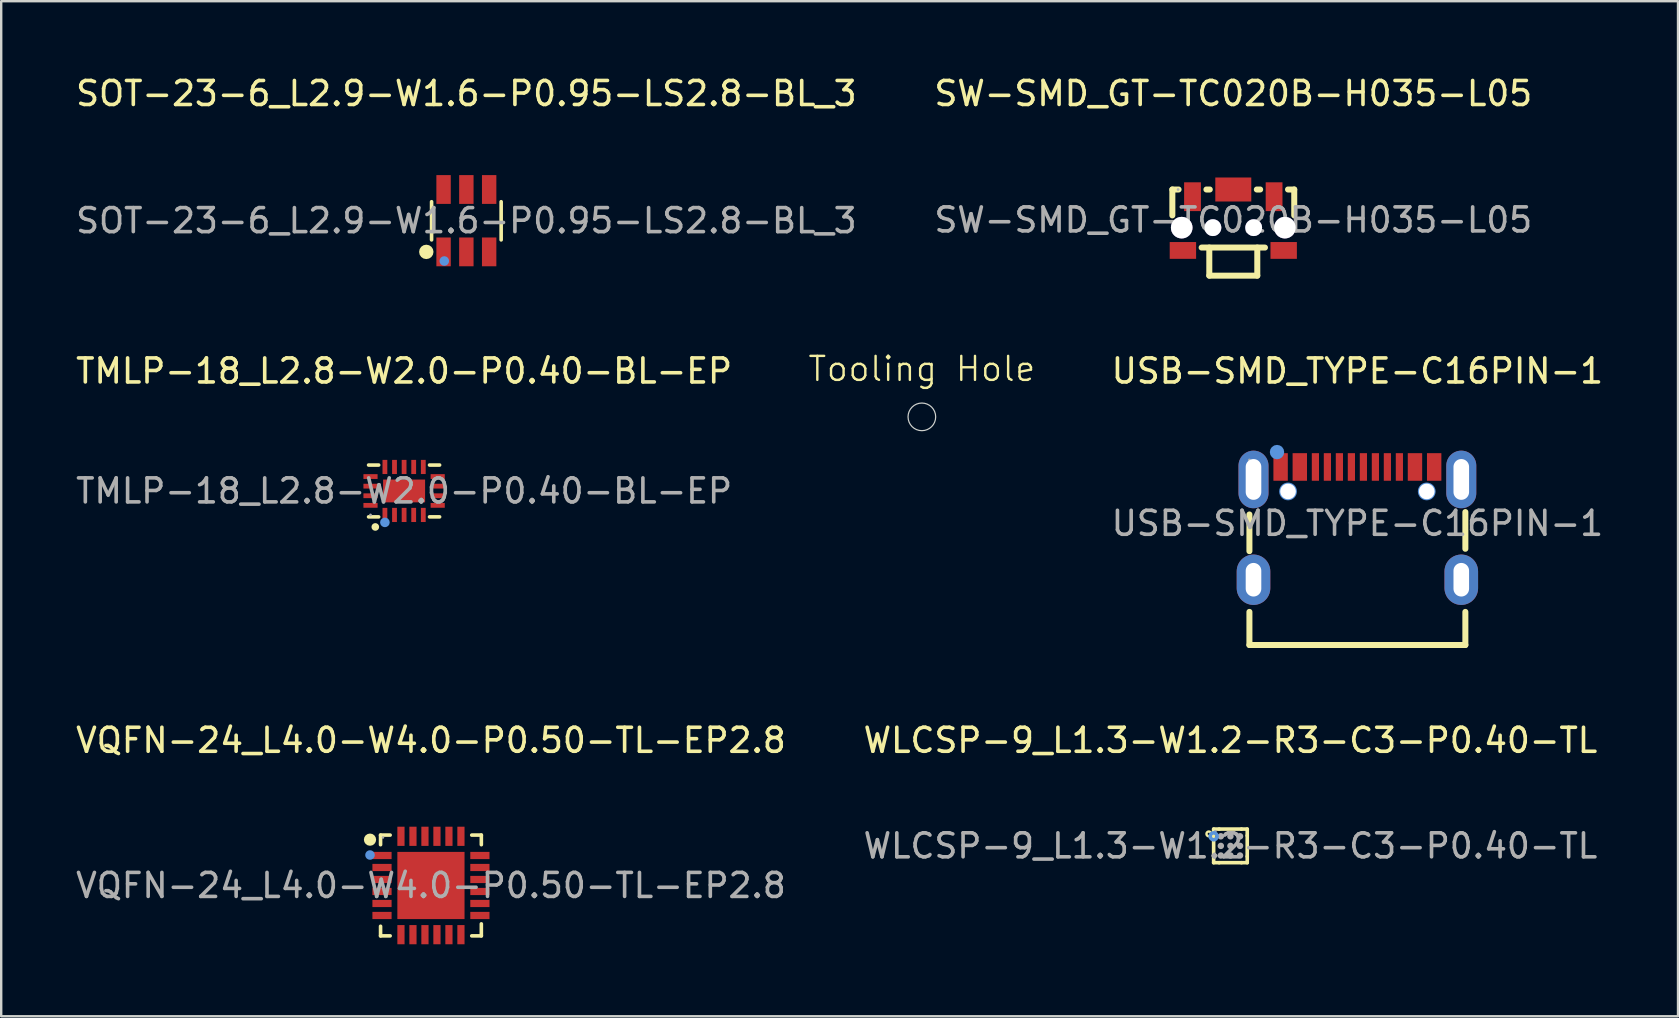
<source format=kicad_pcb>
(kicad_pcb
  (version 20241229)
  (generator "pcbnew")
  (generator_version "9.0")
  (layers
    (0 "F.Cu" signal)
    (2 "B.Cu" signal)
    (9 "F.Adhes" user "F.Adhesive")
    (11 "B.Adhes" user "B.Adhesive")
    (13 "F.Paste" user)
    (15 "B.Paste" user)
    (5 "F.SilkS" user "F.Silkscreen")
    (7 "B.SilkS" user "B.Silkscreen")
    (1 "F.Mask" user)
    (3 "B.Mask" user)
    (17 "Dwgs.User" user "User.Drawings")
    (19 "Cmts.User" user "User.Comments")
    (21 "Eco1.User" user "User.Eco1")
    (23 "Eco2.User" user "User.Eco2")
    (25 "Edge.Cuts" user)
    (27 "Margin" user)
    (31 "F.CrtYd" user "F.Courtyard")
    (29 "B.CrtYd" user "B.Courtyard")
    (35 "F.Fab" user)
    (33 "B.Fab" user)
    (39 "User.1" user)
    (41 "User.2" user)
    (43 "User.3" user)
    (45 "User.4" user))
  (footprint "SW-SMD_GT-TC020B-H035-L05"
    (layer "F.Cu")
    (at 48.351 6.118)
    (property "Reference" "SW-SMD_GT-TC020B-H035-L05" (at 0 -5.27 0) (layer "F.SilkS") (effects (font (size 1 1) (thickness 0.15))))
    (attr smd)
    (fp_line (start -2.54 -1.27) (end -2.54 -0.19) (stroke (width 0.25) (type solid)) (layer "F.SilkS"))
    (fp_line (start -2.28 -1.27) (end -2.54 -1.27) (stroke (width 0.25) (type solid)) (layer "F.SilkS"))
    (fp_line (start -1 2.32) (end -1 1.15) (stroke (width 0.25) (type solid)) (layer "F.SilkS"))
    (fp_line (start -0.98 -1.27) (end -1.12 -1.27) (stroke (width 0.25) (type solid)) (layer "F.SilkS"))
    (fp_line (start 1 2.32) (end -1 2.32) (stroke (width 0.25) (type solid)) (layer "F.SilkS"))
    (fp_line (start 1 2.32) (end 1 1.15) (stroke (width 0.25) (type solid)) (layer "F.SilkS"))
    (fp_line (start 1.12 -1.27) (end 0.98 -1.27) (stroke (width 0.25) (type solid)) (layer "F.SilkS"))
    (fp_line (start 1.32 1.15) (end -1.32 1.15) (stroke (width 0.25) (type solid)) (layer "F.SilkS"))
    (fp_line (start 2.28 -1.27) (end 2.54 -1.27) (stroke (width 0.25) (type solid)) (layer "F.SilkS"))
    (fp_line (start 2.54 -1.27) (end 2.54 -0.19) (stroke (width 0.25) (type solid)) (layer "F.SilkS"))
    (fp_circle (center -0.85 0.32) (end -0.7 0.32) (stroke (width 0.3) (type solid)) (fill no) (layer "Cmts.User"))
    (fp_circle (center 0.85 0.32) (end 1 0.32) (stroke (width 0.3) (type solid)) (fill no) (layer "Cmts.User"))
    (fp_circle (center -2.3 -1.27) (end -2.27 -1.27) (stroke (width 0.06) (type solid)) (fill no) (layer "F.Fab"))
    (fp_text user "${REFERENCE}" (at 0 0 0) (layer "F.Fab") (effects (font (size 1 1) (thickness 0.15))))
    (pad "" thru_hole circle (at -2.15 0.32) (size 0.9 0.9) (drill 0.9) (layers "*.Cu" "*.Mask"))
    (pad "" thru_hole circle (at -0.85 0.32) (size 0.7 0.7) (drill 0.7) (layers "*.Cu" "*.Mask"))
    (pad "" thru_hole circle (at 0.85 0.32) (size 0.7 0.7) (drill 0.7) (layers "*.Cu" "*.Mask"))
    (pad "" thru_hole circle (at 2.15 0.32) (size 0.9 0.9) (drill 0.9) (layers "*.Cu" "*.Mask"))
    (pad "1" smd rect (at -1.7 -0.97) (size 0.7 1.2) (layers "F.Cu" "F.Mask" "F.Paste"))
    (pad "2" smd rect (at 1.7 -0.97) (size 0.7 1.2) (layers "F.Cu" "F.Mask" "F.Paste"))
    (pad "3" smd rect (at 0 -1.27) (size 1.5 1) (layers "F.Cu" "F.Mask" "F.Paste"))
    (pad "4" smd rect (at -2.1 1.27) (size 1.1 0.7) (layers "F.Cu" "F.Mask" "F.Paste"))
    (pad "4" smd rect (at 2.1 1.27) (size 1.1 0.7) (layers "F.Cu" "F.Mask" "F.Paste")))
  (footprint "Tooling Hole"
    (layer "F.Cu")
    (at 35.371 14.324)
    (property "Reference" "Tooling Hole" (at 0 -2 0) (unlocked yes) (layer "F.SilkS") (effects (font (size 1 1) (thickness 0.1))))
    (fp_circle (center 0 0) (end 0.65 0) (stroke (width 0.1) (type default)) (fill no) (layer "F.Mask"))
    (fp_circle (center 0 0) (end 0.65 0) (stroke (width 0.1) (type default)) (fill no) (layer "B.Mask"))
    (fp_circle (center 0 0) (end 0.576 0) (stroke (width 0.05) (type default)) (fill no) (layer "Edge.Cuts"))
    (fp_circle (center 0 0) (end 1 0) (stroke (width 0.1) (type default)) (fill no) (layer "Margin")))
  (footprint "VQFN-24_L4.0-W4.0-P0.50-TL-EP2.8"
    (layer "F.Cu")
    (at 14.911 33.855)
    (property "Reference" "VQFN-24_L4.0-W4.0-P0.50-TL-EP2.8" (at 0 -6.05 0) (layer "F.SilkS") (effects (font (size 1 1) (thickness 0.15))))
    (attr smd)
    (fp_line (start -2.1 -2.1) (end -1.7 -2.1) (stroke (width 0.15) (type solid)) (layer "F.SilkS"))
    (fp_line (start -2.1 -1.7) (end -2.1 -2.1) (stroke (width 0.15) (type solid)) (layer "F.SilkS"))
    (fp_line (start -2.1 1.7) (end -2.1 2.1) (stroke (width 0.15) (type solid)) (layer "F.SilkS"))
    (fp_line (start -2.1 2.1) (end -1.7 2.1) (stroke (width 0.15) (type solid)) (layer "F.SilkS"))
    (fp_line (start 1.7 -2.1) (end 2.1 -2.1) (stroke (width 0.15) (type solid)) (layer "F.SilkS"))
    (fp_line (start 2.1 -2.1) (end 2.1 -1.7) (stroke (width 0.15) (type solid)) (layer "F.SilkS"))
    (fp_line (start 2.1 1.6) (end 2.1 2.1) (stroke (width 0.15) (type solid)) (layer "F.SilkS"))
    (fp_line (start 2.1 2.1) (end 1.7 2.1) (stroke (width 0.15) (type solid)) (layer "F.SilkS"))
    (fp_circle (center -2.54 -1.91) (end -2.41 -1.91) (stroke (width 0.25) (type solid)) (fill no) (layer "F.SilkS"))
    (fp_circle (center -2.54 -1.27) (end -2.44 -1.27) (stroke (width 0.2) (type solid)) (fill no) (layer "Cmts.User"))
    (fp_circle (center -2 -2) (end -1.97 -2) (stroke (width 0.05) (type solid)) (fill no) (layer "F.Fab"))
    (fp_text user "${REFERENCE}" (at 0 0 0) (layer "F.Fab") (effects (font (size 1 1) (thickness 0.15))))
    (pad "1" smd rect (at -2.04 -1.25) (size 0.8 0.3) (layers "F.Cu" "F.Mask" "F.Paste"))
    (pad "2" smd rect (at -2.04 -0.75) (size 0.8 0.3) (layers "F.Cu" "F.Mask" "F.Paste"))
    (pad "3" smd rect (at -2.04 -0.25) (size 0.8 0.3) (layers "F.Cu" "F.Mask" "F.Paste"))
    (pad "4" smd rect (at -2.04 0.25) (size 0.8 0.3) (layers "F.Cu" "F.Mask" "F.Paste"))
    (pad "5" smd rect (at -2.04 0.75) (size 0.8 0.3) (layers "F.Cu" "F.Mask" "F.Paste"))
    (pad "6" smd rect (at -2.04 1.25) (size 0.8 0.3) (layers "F.Cu" "F.Mask" "F.Paste"))
    (pad "7" smd rect (at -1.25 2.05) (size 0.3 0.8) (layers "F.Cu" "F.Mask" "F.Paste"))
    (pad "8" smd rect (at -0.75 2.05) (size 0.3 0.8) (layers "F.Cu" "F.Mask" "F.Paste"))
    (pad "9" smd rect (at -0.25 2.05) (size 0.3 0.8) (layers "F.Cu" "F.Mask" "F.Paste"))
    (pad "10" smd rect (at 0.25 2.05) (size 0.3 0.8) (layers "F.Cu" "F.Mask" "F.Paste"))
    (pad "11" smd rect (at 0.75 2.05) (size 0.3 0.8) (layers "F.Cu" "F.Mask" "F.Paste"))
    (pad "12" smd rect (at 1.25 2.05) (size 0.3 0.8) (layers "F.Cu" "F.Mask" "F.Paste"))
    (pad "13" smd rect (at 2.04 1.25) (size 0.8 0.3) (layers "F.Cu" "F.Mask" "F.Paste"))
    (pad "14" smd rect (at 2.04 0.75) (size 0.8 0.3) (layers "F.Cu" "F.Mask" "F.Paste"))
    (pad "15" smd rect (at 2.04 0.25) (size 0.8 0.3) (layers "F.Cu" "F.Mask" "F.Paste"))
    (pad "16" smd rect (at 2.04 -0.25) (size 0.8 0.3) (layers "F.Cu" "F.Mask" "F.Paste"))
    (pad "17" smd rect (at 2.04 -0.75) (size 0.8 0.3) (layers "F.Cu" "F.Mask" "F.Paste"))
    (pad "18" smd rect (at 2.04 -1.25) (size 0.8 0.3) (layers "F.Cu" "F.Mask" "F.Paste"))
    (pad "19" smd rect (at 1.25 -2.05) (size 0.3 0.8) (layers "F.Cu" "F.Mask" "F.Paste"))
    (pad "20" smd rect (at 0.75 -2.05) (size 0.3 0.8) (layers "F.Cu" "F.Mask" "F.Paste"))
    (pad "21" smd rect (at 0.25 -2.05) (size 0.3 0.8) (layers "F.Cu" "F.Mask" "F.Paste"))
    (pad "22" smd rect (at -0.25 -2.05) (size 0.3 0.8) (layers "F.Cu" "F.Mask" "F.Paste"))
    (pad "23" smd rect (at -0.75 -2.05) (size 0.3 0.8) (layers "F.Cu" "F.Mask" "F.Paste"))
    (pad "24" smd rect (at -1.25 -2.05) (size 0.3 0.8) (layers "F.Cu" "F.Mask" "F.Paste"))
    (pad "25" smd rect (at 0 0) (size 2.8 2.8) (layers "F.Cu" "F.Mask" "F.Paste")))
  (footprint "USB-SMD_TYPE-C16PIN-1"
    (layer "F.Cu")
    (at 53.523 18.762)
    (property "Reference" "USB-SMD_TYPE-C16PIN-1" (at 0 -6.35 0) (layer "F.SilkS") (effects (font (size 1 1) (thickness 0.15))))
    (attr smd)
    (fp_line (start -4.5 -0.37) (end -4.5 1.16) (stroke (width 0.25) (type solid)) (layer "F.SilkS"))
    (fp_line (start -4.5 3.69) (end -4.5 5.07) (stroke (width 0.25) (type solid)) (layer "F.SilkS"))
    (fp_line (start -4.5 5.07) (end 4.5 5.07) (stroke (width 0.25) (type solid)) (layer "F.SilkS"))
    (fp_line (start 4.5 1.06) (end 4.5 -0.47) (stroke (width 0.25) (type solid)) (layer "F.SilkS"))
    (fp_line (start 4.5 5.07) (end 4.5 3.69) (stroke (width 0.25) (type solid)) (layer "F.SilkS"))
    (fp_circle (center -3.35 -2.97) (end -3.2 -2.97) (stroke (width 0.3) (type solid)) (fill no) (layer "Cmts.User"))
    (fp_circle (center -2.89 -1.33) (end -2.77 -1.33) (stroke (width 0.25) (type solid)) (fill no) (layer "Cmts.User"))
    (fp_circle (center 2.89 -1.33) (end 3.01 -1.33) (stroke (width 0.25) (type solid)) (fill no) (layer "Cmts.User"))
    (fp_circle (center -4.5 -2.64) (end -4.47 -2.64) (stroke (width 0.06) (type solid)) (fill no) (layer "F.Fab"))
    (fp_text user "${REFERENCE}" (at 0 0 0) (layer "F.Fab") (effects (font (size 1 1) (thickness 0.15))))
    (pad "" thru_hole circle (at -2.89 -1.33) (size 0.65 0.65) (drill 0.65) (layers "*.Cu" "*.Mask"))
    (pad "" thru_hole circle (at 2.89 -1.33) (size 0.65 0.65) (drill 0.65) (layers "*.Cu" "*.Mask"))
    (pad "17" thru_hole oval (at -4.33 -1.83) (size 1.25 2.4) (drill oval 0.65 1.7) (layers "*.Cu" "*.Mask"))
    (pad "18" thru_hole oval (at 4.33 -1.83) (size 1.25 2.4) (drill oval 0.65 1.7) (layers "*.Cu" "*.Mask"))
    (pad "19" thru_hole oval (at -4.33 2.35) (size 1.4 2.1) (drill oval 0.65 1.4) (layers "*.Cu" "*.Mask"))
    (pad "20" thru_hole oval (at 4.33 2.35) (size 1.4 2.1) (drill oval 0.65 1.4) (layers "*.Cu" "*.Mask"))
    (pad "A1B12" smd rect (at -3.2 -2.35) (size 0.6 1.15) (layers "F.Cu" "F.Mask" "F.Paste"))
    (pad "A4B9" smd rect (at -2.4 -2.35) (size 0.6 1.15) (layers "F.Cu" "F.Mask" "F.Paste"))
    (pad "A5" smd rect (at -1.25 -2.35) (size 0.3 1.15) (layers "F.Cu" "F.Mask" "F.Paste"))
    (pad "A6" smd rect (at -0.25 -2.35) (size 0.3 1.15) (layers "F.Cu" "F.Mask" "F.Paste"))
    (pad "A7" smd rect (at 0.25 -2.35) (size 0.3 1.15) (layers "F.Cu" "F.Mask" "F.Paste"))
    (pad "A8" smd rect (at 1.25 -2.35) (size 0.3 1.15) (layers "F.Cu" "F.Mask" "F.Paste"))
    (pad "B1A12" smd rect (at 3.2 -2.35) (size 0.6 1.15) (layers "F.Cu" "F.Mask" "F.Paste"))
    (pad "B4A9" smd rect (at 2.4 -2.35) (size 0.6 1.15) (layers "F.Cu" "F.Mask" "F.Paste"))
    (pad "B5" smd rect (at 1.75 -2.35) (size 0.3 1.15) (layers "F.Cu" "F.Mask" "F.Paste"))
    (pad "B6" smd rect (at 0.75 -2.35) (size 0.3 1.15) (layers "F.Cu" "F.Mask" "F.Paste"))
    (pad "B7" smd rect (at -0.75 -2.35) (size 0.3 1.15) (layers "F.Cu" "F.Mask" "F.Paste"))
    (pad "B8" smd rect (at -1.75 -2.35) (size 0.3 1.15) (layers "F.Cu" "F.Mask" "F.Paste")))
  (footprint "TMLP-18_L2.8-W2.0-P0.40-BL-EP"
    (layer "F.Cu")
    (at 13.792 17.412)
    (property "Reference" "TMLP-18_L2.8-W2.0-P0.40-BL-EP" (at 0 -5 0) (layer "F.SilkS") (effects (font (size 1 1) (thickness 0.15))))
    (attr smd)
    (fp_line (start -1.48 -1.08) (end -1.06 -1.08) (stroke (width 0.15) (type solid)) (layer "F.SilkS"))
    (fp_line (start -1.48 1.08) (end -1.06 1.08) (stroke (width 0.15) (type solid)) (layer "F.SilkS"))
    (fp_line (start 1.48 -1.08) (end 1.06 -1.08) (stroke (width 0.15) (type solid)) (layer "F.SilkS"))
    (fp_line (start 1.48 1.08) (end 1.06 1.08) (stroke (width 0.15) (type solid)) (layer "F.SilkS"))
    (fp_circle (center -1.2 1.5) (end -1.12 1.5) (stroke (width 0.16) (type solid)) (fill no) (layer "F.SilkS"))
    (fp_circle (center -0.8 1.31) (end -0.7 1.31) (stroke (width 0.2) (type solid)) (fill no) (layer "Cmts.User"))
    (fp_circle (center -1.4 1) (end -1.37 1) (stroke (width 0.06) (type solid)) (fill no) (layer "F.Fab"))
    (fp_text user "${REFERENCE}" (at 0 0 0) (layer "F.Fab") (effects (font (size 1 1) (thickness 0.15))))
    (pad "1" smd rect (at -0.8 1) (size 0.2 0.59) (layers "F.Cu" "F.Mask" "F.Paste"))
    (pad "2" smd rect (at -0.4 1) (size 0.2 0.59) (layers "F.Cu" "F.Mask" "F.Paste"))
    (pad "3" smd rect (at 0 1) (size 0.2 0.59) (layers "F.Cu" "F.Mask" "F.Paste"))
    (pad "4" smd rect (at 0.4 1) (size 0.2 0.59) (layers "F.Cu" "F.Mask" "F.Paste"))
    (pad "5" smd rect (at 0.8 1) (size 0.2 0.59) (layers "F.Cu" "F.Mask" "F.Paste"))
    (pad "6" smd rect (at 1.4 0.6) (size 0.59 0.2) (layers "F.Cu" "F.Mask" "F.Paste"))
    (pad "7" smd rect (at 1.4 0.2) (size 0.59 0.2) (layers "F.Cu" "F.Mask" "F.Paste"))
    (pad "8" smd rect (at 1.4 -0.2) (size 0.59 0.2) (layers "F.Cu" "F.Mask" "F.Paste"))
    (pad "9" smd rect (at 1.4 -0.6) (size 0.59 0.2) (layers "F.Cu" "F.Mask" "F.Paste"))
    (pad "10" smd rect (at 0.8 -1) (size 0.2 0.59) (layers "F.Cu" "F.Mask" "F.Paste"))
    (pad "11" smd rect (at 0.4 -1) (size 0.2 0.59) (layers "F.Cu" "F.Mask" "F.Paste"))
    (pad "12" smd rect (at 0 -1) (size 0.2 0.59) (layers "F.Cu" "F.Mask" "F.Paste"))
    (pad "13" smd rect (at -0.4 -1) (size 0.2 0.59) (layers "F.Cu" "F.Mask" "F.Paste"))
    (pad "14" smd rect (at -0.8 -1) (size 0.2 0.59) (layers "F.Cu" "F.Mask" "F.Paste"))
    (pad "15" smd rect (at -1.4 -0.6) (size 0.59 0.2) (layers "F.Cu" "F.Mask" "F.Paste"))
    (pad "16" smd rect (at -1.4 -0.2) (size 0.59 0.2) (layers "F.Cu" "F.Mask" "F.Paste"))
    (pad "17" smd rect (at -1.4 0.2) (size 0.59 0.2) (layers "F.Cu" "F.Mask" "F.Paste"))
    (pad "18" smd rect (at -1.4 0.6) (size 0.59 0.2) (layers "F.Cu" "F.Mask" "F.Paste"))
    (pad "19" smd rect (at 0 0) (size 1.75 0.95) (layers "F.Cu" "F.Mask" "F.Paste")))
  (footprint "WLCSP-9_L1.3-W1.2-R3-C3-P0.40-TL"
    (layer "F.Cu")
    (at 48.232 32.205)
    (property "Reference" "WLCSP-9_L1.3-W1.2-R3-C3-P0.40-TL" (at 0 -4.4 0) (layer "F.SilkS") (effects (font (size 1 1) (thickness 0.15))))
    (attr smd)
    (fp_line (start -0.7 -0.7) (end -0.7 -0.43) (stroke (width 0.15) (type solid)) (layer "F.SilkS"))
    (fp_line (start -0.7 0.44) (end -0.7 -0.43) (stroke (width 0.15) (type solid)) (layer "F.SilkS"))
    (fp_line (start -0.7 0.44) (end -0.7 0.7) (stroke (width 0.15) (type solid)) (layer "F.SilkS"))
    (fp_line (start -0.47 -0.7) (end -0.7 -0.7) (stroke (width 0.15) (type solid)) (layer "F.SilkS"))
    (fp_line (start -0.47 -0.7) (end 0.46 -0.7) (stroke (width 0.15) (type solid)) (layer "F.SilkS"))
    (fp_line (start -0.47 0.7) (end -0.7 0.7) (stroke (width 0.15) (type solid)) (layer "F.SilkS"))
    (fp_line (start 0.46 0.7) (end -0.47 0.7) (stroke (width 0.15) (type solid)) (layer "F.SilkS"))
    (fp_line (start 0.7 -0.7) (end 0.46 -0.7) (stroke (width 0.15) (type solid)) (layer "F.SilkS"))
    (fp_line (start 0.7 -0.7) (end 0.7 -0.43) (stroke (width 0.15) (type solid)) (layer "F.SilkS"))
    (fp_line (start 0.7 -0.43) (end 0.7 0.44) (stroke (width 0.15) (type solid)) (layer "F.SilkS"))
    (fp_line (start 0.7 0.44) (end 0.7 0.7) (stroke (width 0.15) (type solid)) (layer "F.SilkS"))
    (fp_line (start 0.7 0.7) (end 0.46 0.7) (stroke (width 0.15) (type solid)) (layer "F.SilkS"))
    (fp_circle (center -0.9 -0.5) (end -0.8 -0.5) (stroke (width 0.1) (type solid)) (fill no) (layer "F.SilkS"))
    (fp_circle (center -0.7 -0.4) (end -0.63 -0.4) (stroke (width 0.15) (type solid)) (fill no) (layer "Cmts.User"))
    (fp_circle (center -0.63 -0.61) (end -0.6 -0.61) (stroke (width 0.06) (type solid)) (fill no) (layer "F.Fab"))
    (fp_circle (center -0.4 -0.4) (end -0.33 -0.4) (stroke (width 0.13) (type solid)) (fill no) (layer "F.Fab"))
    (fp_circle (center -0.4 0) (end -0.33 0) (stroke (width 0.13) (type solid)) (fill no) (layer "F.Fab"))
    (fp_circle (center -0.4 0.4) (end -0.33 0.4) (stroke (width 0.13) (type solid)) (fill no) (layer "F.Fab"))
    (fp_circle (center 0 -0.4) (end 0.07 -0.4) (stroke (width 0.13) (type solid)) (fill no) (layer "F.Fab"))
    (fp_circle (center 0 0) (end 0.07 0) (stroke (width 0.13) (type solid)) (fill no) (layer "F.Fab"))
    (fp_circle (center 0 0.4) (end 0.07 0.4) (stroke (width 0.13) (type solid)) (fill no) (layer "F.Fab"))
    (fp_circle (center 0.4 -0.4) (end 0.47 -0.4) (stroke (width 0.13) (type solid)) (fill no) (layer "F.Fab"))
    (fp_circle (center 0.4 0) (end 0.47 0) (stroke (width 0.13) (type solid)) (fill no) (layer "F.Fab"))
    (fp_circle (center 0.4 0.4) (end 0.47 0.4) (stroke (width 0.13) (type solid)) (fill no) (layer "F.Fab"))
    (fp_text user "${REFERENCE}" (at 0 0 0) (layer "F.Fab") (effects (font (size 1 1) (thickness 0.15))))
    (pad "A1" smd circle (at -0.4 -0.4) (size 0.22 0.22) (layers "F.Cu" "F.Mask" "F.Paste"))
    (pad "A2" smd circle (at 0 -0.4) (size 0.22 0.22) (layers "F.Cu" "F.Mask" "F.Paste"))
    (pad "A3" smd circle (at 0.4 -0.4) (size 0.22 0.22) (layers "F.Cu" "F.Mask" "F.Paste"))
    (pad "B1" smd circle (at -0.4 0) (size 0.22 0.22) (layers "F.Cu" "F.Mask" "F.Paste"))
    (pad "B2" smd circle (at 0 0) (size 0.22 0.22) (layers "F.Cu" "F.Mask" "F.Paste"))
    (pad "B3" smd circle (at 0.4 0) (size 0.22 0.22) (layers "F.Cu" "F.Mask" "F.Paste"))
    (pad "C1" smd circle (at -0.4 0.4) (size 0.22 0.22) (layers "F.Cu" "F.Mask" "F.Paste"))
    (pad "C2" smd circle (at 0 0.4) (size 0.22 0.22) (layers "F.Cu" "F.Mask" "F.Paste"))
    (pad "C3" smd circle (at 0.4 0.4) (size 0.22 0.22) (layers "F.Cu" "F.Mask" "F.Paste")))
  (footprint "SOT-23-6_L2.9-W1.6-P0.95-LS2.8-BL_3"
    (layer "F.Cu")
    (at 16.387 6.148)
    (property "Reference" "SOT-23-6_L2.9-W1.6-P0.95-LS2.8-BL_3" (at 0 -5.3 0) (layer "F.SilkS") (effects (font (size 1 1) (thickness 0.15))))
    (attr smd)
    (fp_line (start -1.45 -0.79) (end -1.45 0.8) (stroke (width 0.15) (type solid)) (layer "F.SilkS"))
    (fp_line (start 1.45 -0.79) (end 1.45 0.8) (stroke (width 0.15) (type solid)) (layer "F.SilkS"))
    (fp_circle (center -1.67 1.3) (end -1.52 1.3) (stroke (width 0.3) (type solid)) (fill no) (layer "F.SilkS"))
    (fp_circle (center -0.92 1.68) (end -0.82 1.68) (stroke (width 0.2) (type solid)) (fill no) (layer "Cmts.User"))
    (fp_text user "${REFERENCE}" (at 0 0 0) (layer "F.Fab") (effects (font (size 1 1) (thickness 0.15))))
    (pad "1" smd rect (at -0.95 1.3) (size 0.6 1.2) (layers "F.Cu" "F.Mask" "F.Paste"))
    (pad "2" smd rect (at 0 1.3) (size 0.6 1.2) (layers "F.Cu" "F.Mask" "F.Paste"))
    (pad "3" smd rect (at 0.95 1.3) (size 0.6 1.2) (layers "F.Cu" "F.Mask" "F.Paste"))
    (pad "4" smd rect (at 0.95 -1.3) (size 0.6 1.2) (layers "F.Cu" "F.Mask" "F.Paste"))
    (pad "5" smd rect (at 0 -1.3) (size 0.6 1.2) (layers "F.Cu" "F.Mask" "F.Paste"))
    (pad "6" smd rect (at -0.95 -1.3) (size 0.6 1.2) (layers "F.Cu" "F.Mask" "F.Paste")))
  (gr_rect
    (start -3 -3)
    (end 66.886 39.305)
    (stroke (width 0.1) (type default))
    (fill no)
    (layer "Edge.Cuts")))
</source>
